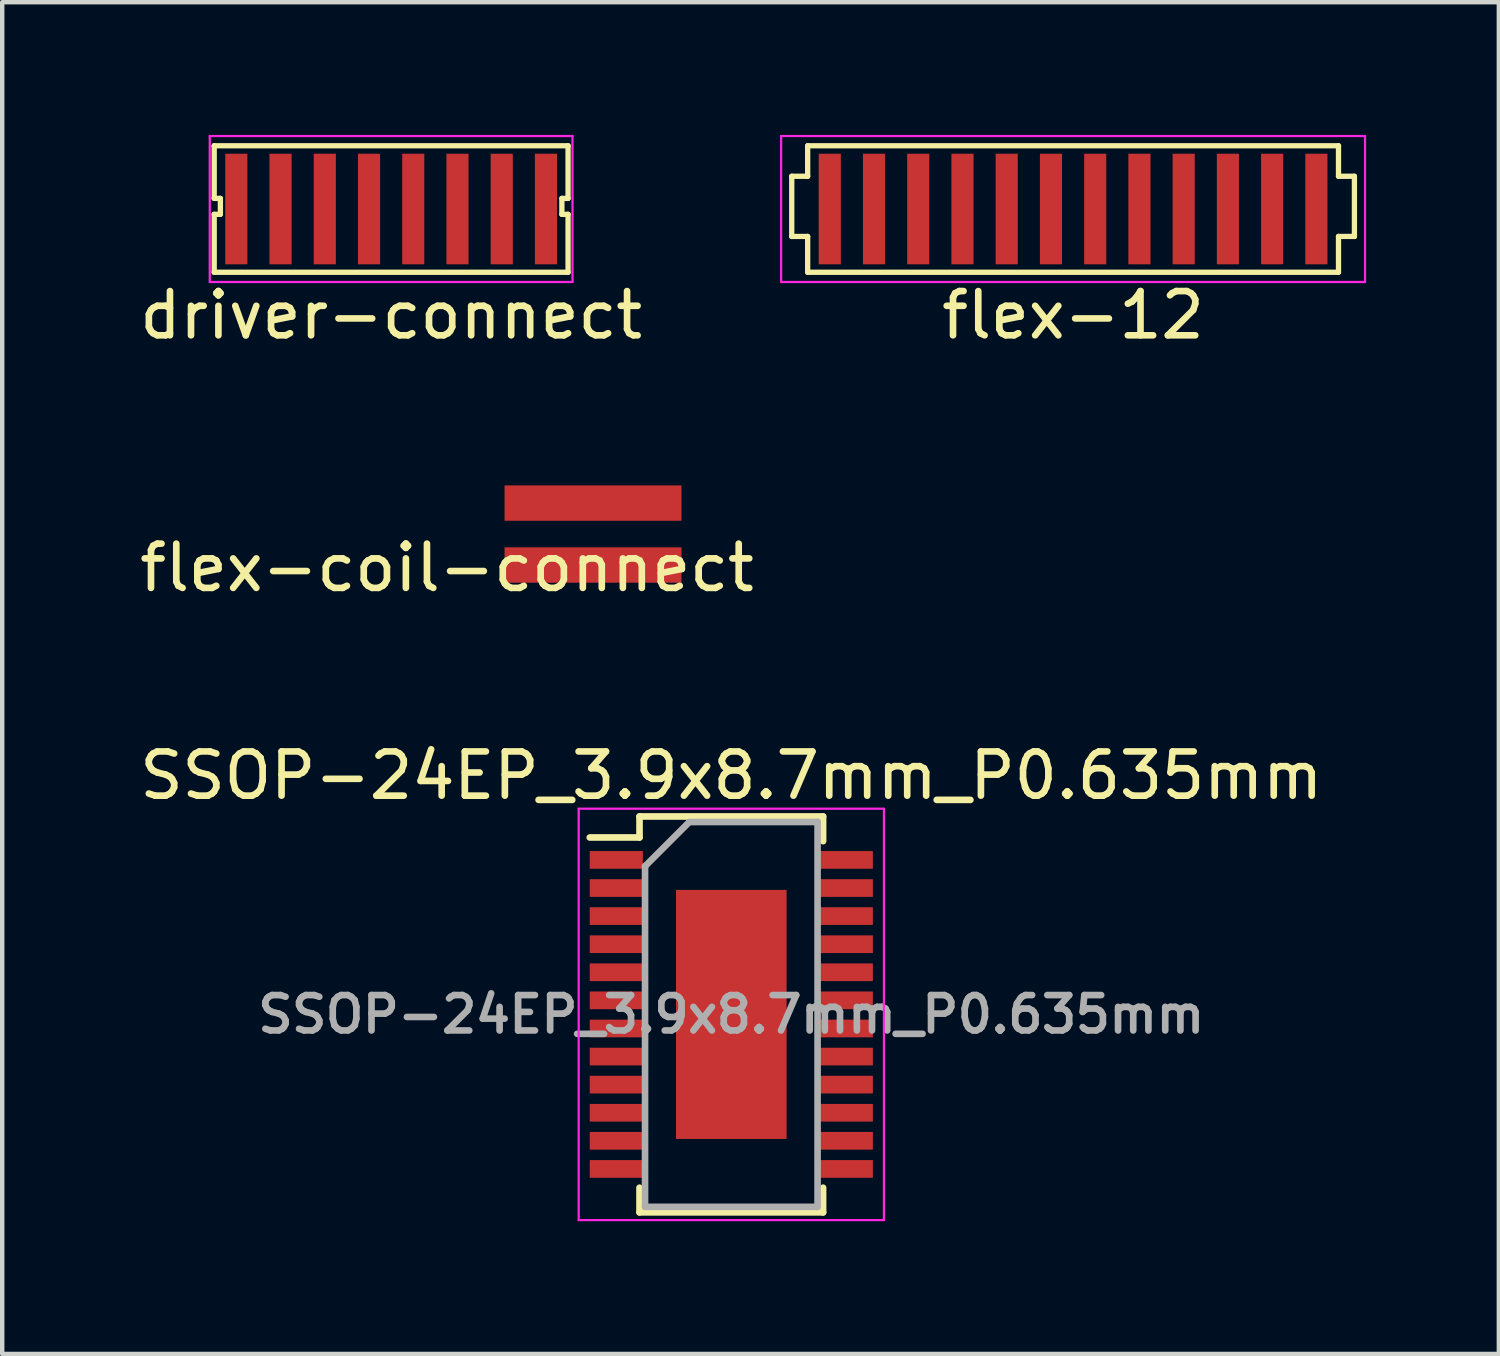
<source format=kicad_pcb>
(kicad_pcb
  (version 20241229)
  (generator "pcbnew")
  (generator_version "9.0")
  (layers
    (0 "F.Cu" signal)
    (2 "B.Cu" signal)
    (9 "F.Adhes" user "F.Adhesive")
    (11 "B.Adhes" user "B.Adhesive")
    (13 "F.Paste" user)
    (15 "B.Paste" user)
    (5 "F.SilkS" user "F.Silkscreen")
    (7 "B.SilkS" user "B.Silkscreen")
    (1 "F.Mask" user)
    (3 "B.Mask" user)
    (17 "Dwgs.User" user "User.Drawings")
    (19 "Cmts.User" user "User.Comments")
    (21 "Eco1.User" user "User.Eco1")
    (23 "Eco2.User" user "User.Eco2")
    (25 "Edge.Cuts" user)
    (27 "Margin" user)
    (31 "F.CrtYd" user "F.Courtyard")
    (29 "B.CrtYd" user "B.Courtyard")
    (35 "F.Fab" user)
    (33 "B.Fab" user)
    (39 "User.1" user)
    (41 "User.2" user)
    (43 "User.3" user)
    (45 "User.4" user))
  (footprint "flex-coil-connect"
    (layer "F.Cu")
    (at 10.356 9.023)
    (property "Reference" "flex-coil-connect" (at -3.302 0.762 0) (layer "F.SilkS") (effects (font (size 1 1) (thickness 0.15))))
    (attr through_hole)
    (pad "1" smd rect (at 0 -0.7) (size 4 0.8) (layers "F.Cu" "F.Mask" "F.Paste"))
    (pad "2" smd rect (at 0 0.7) (size 4 0.8) (layers "F.Cu" "F.Mask" "F.Paste")))
  (footprint "SSOP-24EP_3.9x8.7mm_P0.635mm"
    (layer "F.Cu")
    (at 13.482 19.882)
    (property "Reference" "SSOP-24EP_3.9x8.7mm_P0.635mm" (at 0 -5.4 0) (layer "F.SilkS") (effects (font (size 1 1) (thickness 0.15))))
    (attr smd)
    (fp_line (start -2.075 -4.475) (end -2.075 -4) (stroke (width 0.15) (type solid)) (layer "F.SilkS"))
    (fp_line (start -2.075 -4.475) (end 2.075 -4.475) (stroke (width 0.15) (type solid)) (layer "F.SilkS"))
    (fp_line (start -2.075 -4) (end -3.2 -4) (stroke (width 0.15) (type solid)) (layer "F.SilkS"))
    (fp_line (start -2.075 4.475) (end -2.075 3.917) (stroke (width 0.15) (type solid)) (layer "F.SilkS"))
    (fp_line (start -2.075 4.475) (end 2.075 4.475) (stroke (width 0.15) (type solid)) (layer "F.SilkS"))
    (fp_line (start 2.075 -4.475) (end 2.075 -3.917) (stroke (width 0.15) (type solid)) (layer "F.SilkS"))
    (fp_line (start 2.075 4.475) (end 2.075 3.917) (stroke (width 0.15) (type solid)) (layer "F.SilkS"))
    (fp_line (start -3.45 -4.65) (end -3.45 4.65) (stroke (width 0.05) (type solid)) (layer "F.CrtYd"))
    (fp_line (start -3.45 -4.65) (end 3.45 -4.65) (stroke (width 0.05) (type solid)) (layer "F.CrtYd"))
    (fp_line (start -3.45 4.65) (end 3.45 4.65) (stroke (width 0.05) (type solid)) (layer "F.CrtYd"))
    (fp_line (start 3.45 -4.65) (end 3.45 4.65) (stroke (width 0.05) (type solid)) (layer "F.CrtYd"))
    (fp_line (start -1.95 -3.35) (end -0.95 -4.35) (stroke (width 0.15) (type solid)) (layer "F.Fab"))
    (fp_line (start -1.95 4.35) (end -1.95 -3.35) (stroke (width 0.15) (type solid)) (layer "F.Fab"))
    (fp_line (start -0.95 -4.35) (end 1.95 -4.35) (stroke (width 0.15) (type solid)) (layer "F.Fab"))
    (fp_line (start 1.95 -4.35) (end 1.95 4.35) (stroke (width 0.15) (type solid)) (layer "F.Fab"))
    (fp_line (start 1.95 4.35) (end -1.95 4.35) (stroke (width 0.15) (type solid)) (layer "F.Fab"))
    (fp_text user "${REFERENCE}" (at 0 0 0) (layer "F.Fab") (effects (font (size 0.8 0.8) (thickness 0.15))))
    (pad "0" smd rect (at 0 0) (size 2.5 5.63) (layers "F.Cu" "F.Mask" "F.Paste"))
    (pad "1" smd rect (at -2.6 -3.493) (size 1.2 0.4) (layers "F.Cu" "F.Mask" "F.Paste"))
    (pad "2" smd rect (at -2.6 -2.857) (size 1.2 0.4) (layers "F.Cu" "F.Mask" "F.Paste"))
    (pad "3" smd rect (at -2.6 -2.223) (size 1.2 0.4) (layers "F.Cu" "F.Mask" "F.Paste"))
    (pad "4" smd rect (at -2.6 -1.587) (size 1.2 0.4) (layers "F.Cu" "F.Mask" "F.Paste"))
    (pad "5" smd rect (at -2.6 -0.953) (size 1.2 0.4) (layers "F.Cu" "F.Mask" "F.Paste"))
    (pad "6" smd rect (at -2.6 -0.318) (size 1.2 0.4) (layers "F.Cu" "F.Mask" "F.Paste"))
    (pad "7" smd rect (at -2.6 0.318) (size 1.2 0.4) (layers "F.Cu" "F.Mask" "F.Paste"))
    (pad "8" smd rect (at -2.6 0.953) (size 1.2 0.4) (layers "F.Cu" "F.Mask" "F.Paste"))
    (pad "9" smd rect (at -2.6 1.587) (size 1.2 0.4) (layers "F.Cu" "F.Mask" "F.Paste"))
    (pad "10" smd rect (at -2.6 2.223) (size 1.2 0.4) (layers "F.Cu" "F.Mask" "F.Paste"))
    (pad "11" smd rect (at -2.6 2.857) (size 1.2 0.4) (layers "F.Cu" "F.Mask" "F.Paste"))
    (pad "12" smd rect (at -2.6 3.493) (size 1.2 0.4) (layers "F.Cu" "F.Mask" "F.Paste"))
    (pad "13" smd rect (at 2.6 3.493) (size 1.2 0.4) (layers "F.Cu" "F.Mask" "F.Paste"))
    (pad "14" smd rect (at 2.6 2.857) (size 1.2 0.4) (layers "F.Cu" "F.Mask" "F.Paste"))
    (pad "15" smd rect (at 2.6 2.223) (size 1.2 0.4) (layers "F.Cu" "F.Mask" "F.Paste"))
    (pad "16" smd rect (at 2.6 1.587) (size 1.2 0.4) (layers "F.Cu" "F.Mask" "F.Paste"))
    (pad "17" smd rect (at 2.6 0.953) (size 1.2 0.4) (layers "F.Cu" "F.Mask" "F.Paste"))
    (pad "18" smd rect (at 2.6 0.318) (size 1.2 0.4) (layers "F.Cu" "F.Mask" "F.Paste"))
    (pad "19" smd rect (at 2.6 -0.318) (size 1.2 0.4) (layers "F.Cu" "F.Mask" "F.Paste"))
    (pad "20" smd rect (at 2.6 -0.953) (size 1.2 0.4) (layers "F.Cu" "F.Mask" "F.Paste"))
    (pad "21" smd rect (at 2.6 -1.587) (size 1.2 0.4) (layers "F.Cu" "F.Mask" "F.Paste"))
    (pad "22" smd rect (at 2.6 -2.223) (size 1.2 0.4) (layers "F.Cu" "F.Mask" "F.Paste"))
    (pad "23" smd rect (at 2.6 -2.857) (size 1.2 0.4) (layers "F.Cu" "F.Mask" "F.Paste"))
    (pad "24" smd rect (at 2.6 -3.493) (size 1.2 0.4) (layers "F.Cu" "F.Mask" "F.Paste")))
  (footprint "driver-connect"
    (layer "F.Cu")
    (at 5.792 1.675)
    (property "Reference" "driver-connect" (at 0 2.4 0) (layer "F.SilkS") (effects (font (size 1 1) (thickness 0.15))))
    (attr smd)
    (fp_line (start -4 -1.43) (end 4 -1.43) (stroke (width 0.12) (type solid)) (layer "F.SilkS"))
    (fp_line (start -4 -0.24) (end -4 -1.43) (stroke (width 0.12) (type solid)) (layer "F.SilkS"))
    (fp_line (start -4 0.12) (end -3.86 0.12) (stroke (width 0.12) (type solid)) (layer "F.SilkS"))
    (fp_line (start -4 1.43) (end -4 0.12) (stroke (width 0.12) (type solid)) (layer "F.SilkS"))
    (fp_line (start -4 1.43) (end 4 1.43) (stroke (width 0.12) (type solid)) (layer "F.SilkS"))
    (fp_line (start -3.86 -0.24) (end -4 -0.24) (stroke (width 0.12) (type solid)) (layer "F.SilkS"))
    (fp_line (start -3.86 0.12) (end -3.86 -0.24) (stroke (width 0.12) (type solid)) (layer "F.SilkS"))
    (fp_line (start 3.86 -0.24) (end 4 -0.24) (stroke (width 0.12) (type solid)) (layer "F.SilkS"))
    (fp_line (start 3.86 0.12) (end 3.86 -0.24) (stroke (width 0.12) (type solid)) (layer "F.SilkS"))
    (fp_line (start 4 -0.24) (end 4 -1.43) (stroke (width 0.12) (type solid)) (layer "F.SilkS"))
    (fp_line (start 4 0.12) (end 3.86 0.12) (stroke (width 0.12) (type solid)) (layer "F.SilkS"))
    (fp_line (start 4 1.43) (end 4 0.12) (stroke (width 0.12) (type solid)) (layer "F.SilkS"))
    (fp_line (start -4.1 -1.65) (end -4.1 1.65) (stroke (width 0.05) (type solid)) (layer "F.CrtYd"))
    (fp_line (start -4.1 -1.65) (end 4.1 -1.65) (stroke (width 0.05) (type solid)) (layer "F.CrtYd"))
    (fp_line (start -4.1 1.65) (end 4.1 1.65) (stroke (width 0.05) (type solid)) (layer "F.CrtYd"))
    (fp_line (start 4.1 -1.65) (end 4.1 1.65) (stroke (width 0.05) (type solid)) (layer "F.CrtYd"))
    (pad "1" smd rect (at -3.5 0) (size 0.5 2.5) (layers "F.Cu" "F.Mask" "F.Paste"))
    (pad "2" smd rect (at -2.5 0) (size 0.5 2.5) (layers "F.Cu" "F.Mask" "F.Paste"))
    (pad "3" smd rect (at -1.5 0) (size 0.5 2.5) (layers "F.Cu" "F.Mask" "F.Paste"))
    (pad "4" smd rect (at -0.5 0) (size 0.5 2.5) (layers "F.Cu" "F.Mask" "F.Paste"))
    (pad "5" smd rect (at 0.5 0) (size 0.5 2.5) (layers "F.Cu" "F.Mask" "F.Paste"))
    (pad "6" smd rect (at 1.5 0) (size 0.5 2.5) (layers "F.Cu" "F.Mask" "F.Paste"))
    (pad "7" smd rect (at 2.5 0) (size 0.5 2.5) (layers "F.Cu" "F.Mask" "F.Paste"))
    (pad "8" smd rect (at 3.5 0) (size 0.5 2.5) (layers "F.Cu" "F.Mask" "F.Paste")))
  (footprint "flex-12"
    (layer "F.Cu")
    (at 21.208 1.675)
    (property "Reference" "flex-12" (at 0 2.4 0) (layer "F.SilkS") (effects (font (size 1 1) (thickness 0.15))))
    (attr smd)
    (fp_line (start -6.36 -0.74) (end -6 -0.74) (stroke (width 0.12) (type solid)) (layer "F.SilkS"))
    (fp_line (start -6.36 0.62) (end -6.36 -0.74) (stroke (width 0.12) (type solid)) (layer "F.SilkS"))
    (fp_line (start -6 -1.43) (end 6 -1.43) (stroke (width 0.12) (type solid)) (layer "F.SilkS"))
    (fp_line (start -6 -0.74) (end -6 -1.43) (stroke (width 0.12) (type solid)) (layer "F.SilkS"))
    (fp_line (start -6 0.62) (end -6.36 0.62) (stroke (width 0.12) (type solid)) (layer "F.SilkS"))
    (fp_line (start -6 1.43) (end -6 0.62) (stroke (width 0.12) (type solid)) (layer "F.SilkS"))
    (fp_line (start -6 1.43) (end 6 1.43) (stroke (width 0.12) (type solid)) (layer "F.SilkS"))
    (fp_line (start 6 -0.74) (end 6 -1.43) (stroke (width 0.12) (type solid)) (layer "F.SilkS"))
    (fp_line (start 6 0.62) (end 6.36 0.62) (stroke (width 0.12) (type solid)) (layer "F.SilkS"))
    (fp_line (start 6 1.43) (end 6 0.62) (stroke (width 0.12) (type solid)) (layer "F.SilkS"))
    (fp_line (start 6.36 -0.74) (end 6 -0.74) (stroke (width 0.12) (type solid)) (layer "F.SilkS"))
    (fp_line (start 6.36 0.62) (end 6.36 -0.74) (stroke (width 0.12) (type solid)) (layer "F.SilkS"))
    (fp_line (start -6.6 -1.65) (end -6.6 1.65) (stroke (width 0.05) (type solid)) (layer "F.CrtYd"))
    (fp_line (start -6.6 -1.65) (end 6.6 -1.65) (stroke (width 0.05) (type solid)) (layer "F.CrtYd"))
    (fp_line (start -6.6 1.65) (end 6.6 1.65) (stroke (width 0.05) (type solid)) (layer "F.CrtYd"))
    (fp_line (start 6.6 -1.65) (end 6.6 1.65) (stroke (width 0.05) (type solid)) (layer "F.CrtYd"))
    (pad "1" smd rect (at -5.5 0) (size 0.5 2.5) (layers "F.Cu" "F.Mask" "F.Paste"))
    (pad "2" smd rect (at -4.5 0) (size 0.5 2.5) (layers "F.Cu" "F.Mask" "F.Paste"))
    (pad "3" smd rect (at -3.5 0) (size 0.5 2.5) (layers "F.Cu" "F.Mask" "F.Paste"))
    (pad "4" smd rect (at -2.5 0) (size 0.5 2.5) (layers "F.Cu" "F.Mask" "F.Paste"))
    (pad "5" smd rect (at -1.5 0) (size 0.5 2.5) (layers "F.Cu" "F.Mask" "F.Paste"))
    (pad "6" smd rect (at -0.5 0) (size 0.5 2.5) (layers "F.Cu" "F.Mask" "F.Paste"))
    (pad "7" smd rect (at 0.5 0) (size 0.5 2.5) (layers "F.Cu" "F.Mask" "F.Paste"))
    (pad "8" smd rect (at 1.5 0) (size 0.5 2.5) (layers "F.Cu" "F.Mask" "F.Paste"))
    (pad "9" smd rect (at 2.5 0) (size 0.5 2.5) (layers "F.Cu" "F.Mask" "F.Paste"))
    (pad "10" smd rect (at 3.5 0) (size 0.5 2.5) (layers "F.Cu" "F.Mask" "F.Paste"))
    (pad "11" smd rect (at 4.5 0) (size 0.5 2.5) (layers "F.Cu" "F.Mask" "F.Paste"))
    (pad "12" smd rect (at 5.5 0) (size 0.5 2.5) (layers "F.Cu" "F.Mask" "F.Paste")))
  (gr_rect
    (start -3 -3)
    (end 30.833 27.557)
    (stroke (width 0.1) (type default))
    (fill no)
    (layer "Edge.Cuts")))
</source>
